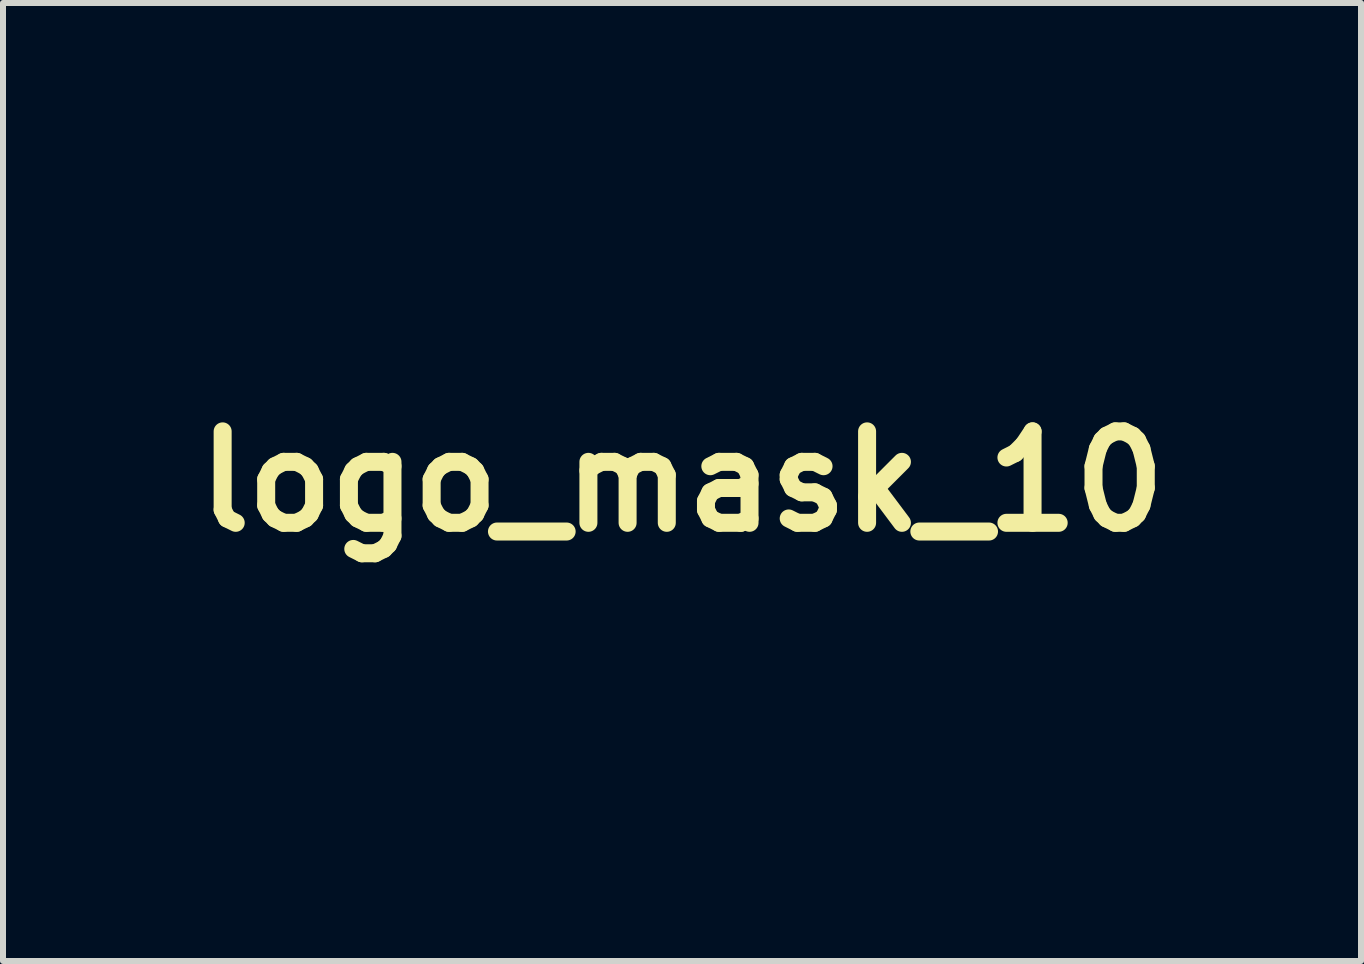
<source format=kicad_pcb>
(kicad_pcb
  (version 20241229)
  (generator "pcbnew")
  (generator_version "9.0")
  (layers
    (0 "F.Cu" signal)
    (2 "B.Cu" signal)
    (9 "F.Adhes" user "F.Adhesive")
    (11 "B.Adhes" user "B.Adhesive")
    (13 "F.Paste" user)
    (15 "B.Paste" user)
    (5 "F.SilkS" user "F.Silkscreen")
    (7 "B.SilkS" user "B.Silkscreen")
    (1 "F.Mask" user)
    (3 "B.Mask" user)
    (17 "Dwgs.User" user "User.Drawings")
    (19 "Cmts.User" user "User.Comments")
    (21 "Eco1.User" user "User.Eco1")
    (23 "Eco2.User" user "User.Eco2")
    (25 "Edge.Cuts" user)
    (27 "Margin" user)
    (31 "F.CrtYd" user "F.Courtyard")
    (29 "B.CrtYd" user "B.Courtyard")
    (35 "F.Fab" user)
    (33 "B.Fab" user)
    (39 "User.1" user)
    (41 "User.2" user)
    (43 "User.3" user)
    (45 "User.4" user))
  (footprint "logo_mask_10"
    (layer "F.Cu")
    (at 8.317 4.974)
    (property "Reference" "logo_mask_10" (at 0 0 0) (layer "F.SilkS") (effects (font (size 1.524 1.524) (thickness 0.3))))
    (attr through_hole)
    (fp_poly (pts (xy 0.412 -4.281) (xy 0.498 -4.231) (xy 0.543 -4.179) (xy 0.58 -4.122) (xy 1.838 -4.122) (xy 2.78 -3.18) (xy 3.721 -2.239) (xy 3.721 -1.878) (xy 3.721 -1.743) (xy 3.723 -1.646) (xy 3.726 -1.579) (xy 3.733 -1.537) (xy 3.742 -1.512) (xy 3.756 -1.498) (xy 3.765 -1.493) (xy 3.823 -1.439) (xy 3.861 -1.357) (xy 3.875 -1.261) (xy 3.863 -1.164) (xy 3.843 -1.113) (xy 3.784 -1.043) (xy 3.698 -0.998) (xy 3.598 -0.981) (xy 3.497 -0.995) (xy 3.448 -1.015) (xy 3.382 -1.073) (xy 3.34 -1.155) (xy 3.322 -1.249) (xy 3.325 -1.276) (xy 3.504 -1.276) (xy 3.507 -1.228) (xy 3.533 -1.194) (xy 3.582 -1.162) (xy 3.63 -1.172) (xy 3.666 -1.204) (xy 3.694 -1.248) (xy 3.685 -1.287) (xy 3.636 -1.341) (xy 3.585 -1.351) (xy 3.544 -1.327) (xy 3.504 -1.276) (xy 3.325 -1.276) (xy 3.33 -1.343) (xy 3.363 -1.427) (xy 3.421 -1.487) (xy 3.431 -1.493) (xy 3.45 -1.506) (xy 3.462 -1.527) (xy 3.47 -1.564) (xy 3.474 -1.625) (xy 3.476 -1.717) (xy 3.476 -1.811) (xy 3.476 -2.106) (xy 1.715 -3.866) (xy 1.145 -3.873) (xy 0.971 -3.875) (xy 0.835 -3.876) (xy 0.733 -3.876) (xy 0.659 -3.874) (xy 0.607 -3.87) (xy 0.573 -3.863) (xy 0.549 -3.854) (xy 0.532 -3.841) (xy 0.527 -3.837) (xy 0.424 -3.769) (xy 0.314 -3.742) (xy 0.202 -3.757) (xy 0.155 -3.777) (xy 0.084 -3.837) (xy 0.039 -3.922) (xy 0.024 -4.011) (xy 0.205 -4.011) (xy 0.233 -3.967) (xy 0.284 -3.927) (xy 0.332 -3.93) (xy 0.366 -3.956) (xy 0.398 -4.006) (xy 0.387 -4.054) (xy 0.355 -4.09) (xy 0.303 -4.115) (xy 0.253 -4.096) (xy 0.214 -4.049) (xy 0.205 -4.011) (xy 0.024 -4.011) (xy 0.022 -4.021) (xy 0.037 -4.119) (xy 0.059 -4.166) (xy 0.127 -4.241) (xy 0.216 -4.286) (xy 0.314 -4.3) (xy 0.412 -4.281)) (stroke (width 0.01) (type solid)) (fill yes) (layer "F.Mask"))
    (fp_poly (pts (xy -0.912 -4.037) (xy -0.832 -3.978) (xy -0.787 -3.928) (xy -0.765 -3.88) (xy -0.758 -3.816) (xy -0.758 -3.783) (xy -0.758 -3.662) (xy -0.527 -3.435) (xy -0.296 -3.208) (xy 1.66 -3.208) (xy 2.278 -2.59) (xy 2.896 -1.972) (xy 2.896 -0.766) (xy 2.964 -0.702) (xy 3.03 -0.614) (xy 3.058 -0.522) (xy 3.055 -0.43) (xy 3.024 -0.345) (xy 2.971 -0.275) (xy 2.898 -0.224) (xy 2.812 -0.2) (xy 2.717 -0.208) (xy 2.636 -0.244) (xy 2.56 -0.312) (xy 2.51 -0.4) (xy 2.495 -0.48) (xy 2.496 -0.481) (xy 2.683 -0.481) (xy 2.694 -0.45) (xy 2.717 -0.425) (xy 2.756 -0.389) (xy 2.785 -0.382) (xy 2.825 -0.398) (xy 2.831 -0.402) (xy 2.867 -0.441) (xy 2.872 -0.492) (xy 2.853 -0.54) (xy 2.814 -0.572) (xy 2.772 -0.576) (xy 2.732 -0.552) (xy 2.703 -0.52) (xy 2.683 -0.481) (xy 2.496 -0.481) (xy 2.508 -0.552) (xy 2.539 -0.628) (xy 2.58 -0.69) (xy 2.61 -0.715) (xy 2.623 -0.724) (xy 2.633 -0.74) (xy 2.64 -0.769) (xy 2.645 -0.815) (xy 2.648 -0.884) (xy 2.65 -0.982) (xy 2.651 -1.113) (xy 2.651 -1.283) (xy 2.651 -1.838) (xy 2.089 -2.401) (xy 1.526 -2.963) (xy -0.413 -2.963) (xy -0.68 -3.231) (xy -0.783 -3.333) (xy -0.862 -3.407) (xy -0.92 -3.456) (xy -0.963 -3.485) (xy -0.996 -3.497) (xy -1.009 -3.498) (xy -1.118 -3.517) (xy -1.207 -3.568) (xy -1.272 -3.644) (xy -1.307 -3.737) (xy -1.308 -3.765) (xy -1.123 -3.765) (xy -1.113 -3.742) (xy -1.074 -3.709) (xy -1.019 -3.704) (xy -0.968 -3.727) (xy -0.949 -3.749) (xy -0.939 -3.8) (xy -0.965 -3.844) (xy -1.02 -3.871) (xy -1.031 -3.873) (xy -1.088 -3.862) (xy -1.121 -3.822) (xy -1.123 -3.765) (xy -1.308 -3.765) (xy -1.308 -3.837) (xy -1.27 -3.938) (xy -1.269 -3.939) (xy -1.199 -4.017) (xy -1.109 -4.06) (xy -1.01 -4.067) (xy -0.912 -4.037)) (stroke (width 0.01) (type solid)) (fill yes) (layer "F.Mask"))
    (fp_poly (pts (xy 1.882 1.483) (xy 1.968 1.523) (xy 2.032 1.592) (xy 2.038 1.603) (xy 2.071 1.707) (xy 2.067 1.809) (xy 2.031 1.9) (xy 1.968 1.972) (xy 1.881 2.017) (xy 1.807 2.028) (xy 1.781 2.031) (xy 1.752 2.045) (xy 1.715 2.073) (xy 1.665 2.119) (xy 1.599 2.188) (xy 1.512 2.284) (xy 1.433 2.372) (xy 1.125 2.717) (xy 0.452 2.718) (xy 0.261 2.718) (xy 0.109 2.719) (xy -0.008 2.72) (xy -0.096 2.723) (xy -0.158 2.727) (xy -0.199 2.732) (xy -0.226 2.74) (xy -0.242 2.75) (xy -0.249 2.758) (xy -0.326 2.828) (xy -0.423 2.867) (xy -0.529 2.872) (xy -0.626 2.841) (xy -0.704 2.776) (xy -0.747 2.683) (xy -0.756 2.606) (xy -0.576 2.606) (xy -0.543 2.662) (xy -0.492 2.69) (xy -0.442 2.675) (xy -0.409 2.638) (xy -0.39 2.599) (xy -0.4 2.565) (xy -0.42 2.538) (xy -0.456 2.503) (xy -0.491 2.501) (xy -0.521 2.512) (xy -0.568 2.553) (xy -0.576 2.606) (xy -0.756 2.606) (xy -0.758 2.59) (xy -0.744 2.484) (xy -0.699 2.405) (xy -0.624 2.35) (xy -0.519 2.319) (xy -0.413 2.326) (xy -0.317 2.368) (xy -0.249 2.433) (xy -0.23 2.448) (xy -0.194 2.46) (xy -0.137 2.468) (xy -0.056 2.472) (xy 0.054 2.474) (xy 0.195 2.472) (xy 0.373 2.468) (xy 0.591 2.46) (xy 0.639 2.459) (xy 1.021 2.444) (xy 1.273 2.158) (xy 1.364 2.054) (xy 1.43 1.977) (xy 1.475 1.92) (xy 1.502 1.878) (xy 1.515 1.844) (xy 1.519 1.811) (xy 1.518 1.774) (xy 1.518 1.774) (xy 1.519 1.76) (xy 1.698 1.76) (xy 1.726 1.803) (xy 1.771 1.842) (xy 1.812 1.842) (xy 1.853 1.812) (xy 1.889 1.766) (xy 1.883 1.721) (xy 1.848 1.681) (xy 1.796 1.656) (xy 1.746 1.675) (xy 1.707 1.721) (xy 1.698 1.76) (xy 1.519 1.76) (xy 1.523 1.684) (xy 1.547 1.608) (xy 1.547 1.607) (xy 1.608 1.533) (xy 1.691 1.488) (xy 1.786 1.471) (xy 1.882 1.483)) (stroke (width 0.01) (type solid)) (fill yes) (layer "F.Mask"))
    (fp_poly (pts (xy 1.087 -1.531) (xy 1.359 -1.258) (xy 1.359 -0.434) (xy 1.086 -0.161) (xy 0.813 0.111) (xy 0.452 0.111) (xy 0.317 0.112) (xy 0.22 0.113) (xy 0.153 0.117) (xy 0.111 0.123) (xy 0.086 0.133) (xy 0.072 0.147) (xy 0.067 0.156) (xy 0.01 0.218) (xy -0.07 0.255) (xy -0.164 0.265) (xy -0.258 0.251) (xy -0.342 0.212) (xy -0.404 0.148) (xy -0.412 0.134) (xy -0.446 0.028) (xy -0.443 -0.028) (xy -0.261 -0.028) (xy -0.259 0.02) (xy -0.232 0.054) (xy -0.183 0.086) (xy -0.135 0.075) (xy -0.099 0.043) (xy -0.072 -0.001) (xy -0.08 -0.039) (xy -0.129 -0.093) (xy -0.18 -0.103) (xy -0.222 -0.079) (xy -0.261 -0.028) (xy -0.443 -0.028) (xy -0.441 -0.075) (xy -0.403 -0.166) (xy -0.335 -0.237) (xy -0.242 -0.28) (xy -0.165 -0.29) (xy -0.092 -0.278) (xy -0.016 -0.247) (xy 0.045 -0.205) (xy 0.075 -0.167) (xy 0.088 -0.153) (xy 0.118 -0.144) (xy 0.173 -0.138) (xy 0.259 -0.135) (xy 0.382 -0.134) (xy 0.396 -0.134) (xy 0.705 -0.134) (xy 1.114 -0.551) (xy 1.114 -1.148) (xy 0.701 -1.56) (xy -0.792 -1.56) (xy -0.998 -1.353) (xy -1.203 -1.147) (xy -1.203 1.126) (xy -0.997 1.332) (xy -0.79 1.537) (xy 0.703 1.537) (xy 1.003 1.235) (xy 1.003 1.106) (xy 1.004 1.074) (xy 1.183 1.074) (xy 1.195 1.132) (xy 1.218 1.162) (xy 1.257 1.196) (xy 1.292 1.196) (xy 1.336 1.159) (xy 1.338 1.157) (xy 1.369 1.12) (xy 1.368 1.089) (xy 1.353 1.062) (xy 1.303 1.015) (xy 1.248 1.008) (xy 1.213 1.026) (xy 1.183 1.074) (xy 1.004 1.074) (xy 1.005 1.028) (xy 1.018 0.977) (xy 1.047 0.933) (xy 1.078 0.9) (xy 1.135 0.851) (xy 1.188 0.829) (xy 1.258 0.824) (xy 1.375 0.839) (xy 1.462 0.886) (xy 1.523 0.966) (xy 1.526 0.971) (xy 1.554 1.076) (xy 1.545 1.178) (xy 1.502 1.267) (xy 1.431 1.335) (xy 1.334 1.372) (xy 1.321 1.375) (xy 1.279 1.384) (xy 1.238 1.403) (xy 1.19 1.437) (xy 1.128 1.492) (xy 1.045 1.573) (xy 1.022 1.596) (xy 0.814 1.805) (xy -0.903 1.805) (xy -1.176 1.531) (xy -1.448 1.258) (xy -1.448 -1.28) (xy -0.925 -1.805) (xy 0.814 -1.805) (xy 1.087 -1.531)) (stroke (width 0.01) (type solid)) (fill yes) (layer "F.Mask"))
    (fp_poly (pts (xy 0.48 -4.947) (xy 0.94 -4.883) (xy 1.386 -4.778) (xy 1.818 -4.633) (xy 2.233 -4.451) (xy 2.629 -4.231) (xy 3.002 -3.977) (xy 3.352 -3.689) (xy 3.675 -3.368) (xy 3.969 -3.017) (xy 4.233 -2.636) (xy 4.463 -2.228) (xy 4.479 -2.195) (xy 4.664 -1.77) (xy 4.808 -1.333) (xy 4.91 -0.886) (xy 4.971 -0.432) (xy 4.991 0.025) (xy 4.969 0.482) (xy 4.906 0.935) (xy 4.802 1.381) (xy 4.656 1.818) (xy 4.491 2.195) (xy 4.266 2.606) (xy 4.007 2.99) (xy 3.716 3.345) (xy 3.395 3.671) (xy 3.046 3.964) (xy 2.672 4.225) (xy 2.275 4.45) (xy 1.858 4.639) (xy 1.421 4.789) (xy 0.969 4.901) (xy 0.53 4.967) (xy 0.393 4.978) (xy 0.226 4.985) (xy 0.041 4.987) (xy -0.147 4.986) (xy -0.325 4.981) (xy -0.48 4.971) (xy -0.546 4.965) (xy -0.988 4.893) (xy -1.427 4.78) (xy -1.857 4.628) (xy -2.272 4.439) (xy -2.666 4.216) (xy -3.034 3.961) (xy -3.108 3.902) (xy -3.455 3.597) (xy -3.768 3.265) (xy -4.046 2.909) (xy -4.288 2.532) (xy -4.495 2.136) (xy -4.665 1.726) (xy -4.799 1.302) (xy -4.894 0.869) (xy -4.951 0.429) (xy -4.963 0.134) (xy -4.664 0.134) (xy -4.022 0.134) (xy -3.805 0.351) (xy -3.587 0.567) (xy -3.587 1.107) (xy -3.587 1.277) (xy -3.586 1.407) (xy -3.584 1.505) (xy -3.58 1.574) (xy -3.575 1.62) (xy -3.567 1.649) (xy -3.557 1.667) (xy -3.547 1.675) (xy -3.477 1.75) (xy -3.44 1.843) (xy -3.435 1.942) (xy -3.461 2.037) (xy -3.519 2.117) (xy -3.569 2.153) (xy -3.65 2.178) (xy -3.746 2.179) (xy -3.837 2.158) (xy -3.855 2.15) (xy -3.928 2.089) (xy -3.973 2.005) (xy -3.987 1.908) (xy -3.987 1.905) (xy -3.81 1.905) (xy -3.793 1.948) (xy -3.753 1.988) (xy -3.712 2.005) (xy -3.676 1.99) (xy -3.643 1.961) (xy -3.618 1.927) (xy -3.62 1.897) (xy -3.64 1.861) (xy -3.676 1.821) (xy -3.709 1.805) (xy -3.753 1.822) (xy -3.793 1.863) (xy -3.81 1.905) (xy -3.987 1.905) (xy -3.972 1.808) (xy -3.926 1.717) (xy -3.879 1.666) (xy -3.863 1.651) (xy -3.852 1.631) (xy -3.843 1.601) (xy -3.838 1.554) (xy -3.835 1.485) (xy -3.833 1.386) (xy -3.832 1.253) (xy -3.832 1.154) (xy -3.832 0.681) (xy -3.982 0.53) (xy -4.132 0.379) (xy -4.383 0.379) (xy -4.487 0.378) (xy -4.56 0.38) (xy -4.605 0.392) (xy -4.628 0.42) (xy -4.633 0.471) (xy -4.624 0.551) (xy -4.606 0.668) (xy -4.601 0.701) (xy -4.513 1.139) (xy -4.383 1.564) (xy -4.215 1.972) (xy -4.01 2.361) (xy -3.77 2.728) (xy -3.496 3.072) (xy -3.192 3.389) (xy -2.859 3.677) (xy -2.5 3.934) (xy -2.115 4.156) (xy -1.707 4.343) (xy -1.615 4.378) (xy -1.436 4.44) (xy -1.235 4.499) (xy -1.027 4.552) (xy -0.826 4.596) (xy -0.648 4.626) (xy -0.602 4.632) (xy -0.501 4.644) (xy -0.41 4.655) (xy -0.342 4.663) (xy -0.323 4.666) (xy -0.255 4.671) (xy -0.152 4.672) (xy -0.024 4.671) (xy 0.12 4.666) (xy 0.269 4.66) (xy 0.415 4.651) (xy 0.547 4.641) (xy 0.656 4.63) (xy 0.702 4.624) (xy 0.828 4.604) (xy 0.913 4.589) (xy 0.961 4.572) (xy 0.974 4.549) (xy 0.956 4.515) (xy 0.91 4.464) (xy 0.844 4.398) (xy 0.681 4.233) (xy -0.136 4.233) (xy -0.352 4.234) (xy -0.527 4.234) (xy -0.666 4.236) (xy -0.772 4.238) (xy -0.851 4.241) (xy -0.905 4.246) (xy -0.94 4.251) (xy -0.959 4.259) (xy -0.966 4.267) (xy -1.001 4.31) (xy -1.065 4.35) (xy -1.14 4.379) (xy -1.203 4.389) (xy -1.303 4.368) (xy -1.391 4.313) (xy -1.456 4.232) (xy -1.49 4.134) (xy -1.491 4.125) (xy -1.288 4.125) (xy -1.266 4.174) (xy -1.257 4.182) (xy -1.219 4.205) (xy -1.203 4.211) (xy -1.176 4.199) (xy -1.15 4.182) (xy -1.119 4.139) (xy -1.119 4.09) (xy -1.142 4.044) (xy -1.181 4.016) (xy -1.229 4.017) (xy -1.242 4.024) (xy -1.279 4.068) (xy -1.288 4.125) (xy -1.491 4.125) (xy -1.493 4.098) (xy -1.477 4.02) (xy -1.435 3.941) (xy -1.38 3.88) (xy -1.357 3.865) (xy -1.295 3.844) (xy -1.216 3.833) (xy -1.193 3.832) (xy -1.123 3.838) (xy -1.067 3.861) (xy -1.006 3.91) (xy -0.919 3.988) (xy 0.813 3.988) (xy 1.063 4.238) (xy 1.314 4.488) (xy 1.66 4.375) (xy 1.666 3.63) (xy 1.671 3.018) (xy 1.916 3.018) (xy 1.916 3.637) (xy 1.917 3.798) (xy 1.918 3.943) (xy 1.92 4.067) (xy 1.922 4.164) (xy 1.925 4.229) (xy 1.929 4.255) (xy 1.929 4.256) (xy 1.953 4.246) (xy 2.008 4.22) (xy 2.085 4.182) (xy 2.163 4.142) (xy 2.384 4.029) (xy 2.384 3.33) (xy 2.707 3.008) (xy 3.03 2.685) (xy 3.03 1.169) (xy 3.338 0.862) (xy 3.445 0.754) (xy 3.525 0.672) (xy 3.579 0.611) (xy 3.614 0.567) (xy 3.632 0.534) (xy 3.638 0.508) (xy 3.637 0.493) (xy 3.639 0.472) (xy 3.834 0.472) (xy 3.854 0.522) (xy 3.896 0.553) (xy 3.921 0.557) (xy 3.968 0.542) (xy 3.984 0.53) (xy 4.011 0.479) (xy 4.005 0.427) (xy 3.974 0.386) (xy 3.926 0.367) (xy 3.877 0.379) (xy 3.84 0.419) (xy 3.834 0.472) (xy 3.639 0.472) (xy 3.644 0.404) (xy 3.682 0.315) (xy 3.744 0.242) (xy 3.77 0.223) (xy 3.87 0.185) (xy 3.973 0.186) (xy 4.068 0.221) (xy 4.144 0.287) (xy 4.181 0.349) (xy 4.204 0.456) (xy 4.183 0.559) (xy 4.119 0.653) (xy 4.111 0.661) (xy 4.054 0.71) (xy 3.998 0.731) (xy 3.941 0.735) (xy 3.904 0.736) (xy 3.873 0.743) (xy 3.839 0.759) (xy 3.798 0.79) (xy 3.743 0.839) (xy 3.668 0.911) (xy 3.571 1.008) (xy 3.298 1.28) (xy 3.298 2.797) (xy 2.963 3.13) (xy 2.629 3.464) (xy 2.629 3.659) (xy 2.63 3.746) (xy 2.634 3.813) (xy 2.639 3.85) (xy 2.642 3.855) (xy 2.663 3.842) (xy 2.713 3.808) (xy 2.781 3.758) (xy 2.837 3.717) (xy 2.948 3.627) (xy 3.079 3.51) (xy 3.219 3.377) (xy 3.362 3.235) (xy 3.496 3.094) (xy 3.615 2.961) (xy 3.709 2.847) (xy 3.717 2.837) (xy 3.855 2.654) (xy 3.855 1.631) (xy 3.788 1.56) (xy 3.726 1.469) (xy 3.708 1.379) (xy 3.904 1.379) (xy 3.93 1.422) (xy 3.981 1.444) (xy 4.009 1.444) (xy 4.051 1.43) (xy 4.065 1.394) (xy 4.066 1.373) (xy 4.052 1.311) (xy 4.015 1.276) (xy 3.966 1.276) (xy 3.949 1.284) (xy 3.909 1.328) (xy 3.904 1.379) (xy 3.708 1.379) (xy 3.706 1.371) (xy 3.729 1.264) (xy 3.738 1.242) (xy 3.798 1.155) (xy 3.881 1.1) (xy 3.977 1.079) (xy 4.076 1.092) (xy 4.168 1.143) (xy 4.189 1.162) (xy 4.246 1.247) (xy 4.27 1.345) (xy 4.261 1.445) (xy 4.22 1.533) (xy 4.176 1.579) (xy 4.154 1.599) (xy 4.139 1.621) (xy 4.129 1.655) (xy 4.125 1.709) (xy 4.123 1.791) (xy 4.123 1.908) (xy 4.124 2.195) (xy 4.209 2.028) (xy 4.316 1.794) (xy 4.415 1.53) (xy 4.503 1.249) (xy 4.574 0.964) (xy 4.623 0.701) (xy 4.638 0.59) (xy 4.651 0.453) (xy 4.663 0.306) (xy 4.671 0.166) (xy 4.672 0.162) (xy 4.686 -0.156) (xy 3.776 -0.156) (xy 3.18 0.44) (xy 2.585 1.036) (xy 2.585 2.351) (xy 2.25 2.685) (xy 1.916 3.018) (xy 1.671 3.018) (xy 1.672 2.884) (xy 2.317 2.24) (xy 2.317 0.924) (xy 2.98 0.262) (xy 3.643 -0.401) (xy 4.137 -0.401) (xy 4.292 -0.402) (xy 4.425 -0.405) (xy 4.532 -0.409) (xy 4.606 -0.414) (xy 4.642 -0.42) (xy 4.645 -0.422) (xy 4.648 -0.456) (xy 4.643 -0.525) (xy 4.631 -0.621) (xy 4.612 -0.736) (xy 4.589 -0.861) (xy 4.563 -0.989) (xy 4.535 -1.11) (xy 4.525 -1.149) (xy 4.388 -1.583) (xy 4.213 -1.997) (xy 4.001 -2.389) (xy 3.754 -2.758) (xy 3.475 -3.101) (xy 3.165 -3.416) (xy 2.825 -3.7) (xy 2.46 -3.952) (xy 2.069 -4.169) (xy 1.656 -4.348) (xy 1.639 -4.355) (xy 1.293 -4.471) (xy 0.956 -4.555) (xy 0.615 -4.611) (xy 0.257 -4.639) (xy 0.011 -4.644) (xy -0.364 -4.632) (xy -0.715 -4.594) (xy -1.053 -4.529) (xy -1.392 -4.434) (xy -1.617 -4.355) (xy -1.713 -4.317) (xy -1.822 -4.27) (xy -1.935 -4.219) (xy -2.046 -4.167) (xy -2.147 -4.117) (xy -2.231 -4.074) (xy -2.29 -4.039) (xy -2.316 -4.018) (xy -2.317 -4.016) (xy -2.302 -3.997) (xy -2.258 -3.951) (xy -2.189 -3.879) (xy -2.097 -3.785) (xy -1.987 -3.672) (xy -1.86 -3.543) (xy -1.72 -3.402) (xy -1.576 -3.259) (xy -0.836 -2.518) (xy 1.17 -2.518) (xy 2.094 -1.593) (xy 2.094 0.006) (xy 2.172 0.092) (xy 2.232 0.184) (xy 2.254 0.278) (xy 2.244 0.368) (xy 2.205 0.448) (xy 2.145 0.513) (xy 2.069 0.557) (xy 1.982 0.574) (xy 1.889 0.56) (xy 1.796 0.508) (xy 1.779 0.494) (xy 1.724 0.418) (xy 1.699 0.325) (xy 1.699 0.312) (xy 1.885 0.312) (xy 1.895 0.336) (xy 1.934 0.369) (xy 1.988 0.373) (xy 2.04 0.35) (xy 2.059 0.329) (xy 2.069 0.278) (xy 2.043 0.233) (xy 1.988 0.207) (xy 1.977 0.205) (xy 1.92 0.216) (xy 1.887 0.256) (xy 1.885 0.312) (xy 1.699 0.312) (xy 1.702 0.227) (xy 1.734 0.138) (xy 1.793 0.07) (xy 1.805 0.061) (xy 1.817 0.052) (xy 1.827 0.038) (xy 1.834 0.015) (xy 1.84 -0.022) (xy 1.844 -0.078) (xy 1.847 -0.157) (xy 1.848 -0.264) (xy 1.849 -0.403) (xy 1.849 -0.58) (xy 1.849 -0.713) (xy 1.849 -1.46) (xy 1.454 -1.853) (xy 1.058 -2.245) (xy 0.045 -2.26) (xy -0.969 -2.274) (xy -1.771 -3.075) (xy -2.573 -3.875) (xy -2.752 -3.741) (xy -2.83 -3.682) (xy -2.895 -3.632) (xy -2.939 -3.597) (xy -2.951 -3.586) (xy -2.942 -3.564) (xy -2.902 -3.512) (xy -2.832 -3.433) (xy -2.734 -3.328) (xy -2.608 -3.197) (xy -2.492 -3.08) (xy -2.011 -2.596) (xy -1.997 -1.069) (xy -1.995 -0.788) (xy -1.992 -0.501) (xy -1.99 -0.215) (xy -1.988 0.065) (xy -1.986 0.331) (xy -1.985 0.579) (xy -1.984 0.801) (xy -1.983 0.992) (xy -1.983 1.145) (xy -1.983 1.159) (xy -1.983 1.861) (xy -1.788 2.056) (xy -1.703 2.139) (xy -1.641 2.195) (xy -1.595 2.228) (xy -1.557 2.245) (xy -1.521 2.25) (xy -1.515 2.25) (xy -1.413 2.271) (xy -1.327 2.325) (xy -1.265 2.405) (xy -1.234 2.501) (xy -1.237 2.581) (xy -1.264 2.651) (xy -1.314 2.722) (xy -1.325 2.733) (xy -1.378 2.78) (xy -1.429 2.801) (xy -1.499 2.807) (xy -1.511 2.807) (xy -1.595 2.801) (xy -1.656 2.776) (xy -1.69 2.751) (xy -1.749 2.681) (xy -1.788 2.597) (xy -1.792 2.571) (xy -1.598 2.571) (xy -1.569 2.613) (xy -1.515 2.629) (xy -1.468 2.614) (xy -1.453 2.602) (xy -1.426 2.553) (xy -1.429 2.503) (xy -1.456 2.462) (xy -1.498 2.442) (xy -1.545 2.452) (xy -1.562 2.464) (xy -1.596 2.517) (xy -1.598 2.571) (xy -1.792 2.571) (xy -1.8 2.514) (xy -1.796 2.488) (xy -1.797 2.462) (xy -1.812 2.428) (xy -1.847 2.382) (xy -1.906 2.318) (xy -1.993 2.229) (xy -2.003 2.219) (xy -2.222 2.001) (xy -2.238 0.939) (xy -2.254 -0.123) (xy -2.725 -0.596) (xy -3.197 -1.069) (xy -3.305 -1.069) (xy -3.379 -1.074) (xy -3.432 -1.096) (xy -3.486 -1.142) (xy -3.489 -1.145) (xy -3.536 -1.198) (xy -3.558 -1.247) (xy -3.565 -1.315) (xy -3.381 -1.315) (xy -3.363 -1.279) (xy -3.317 -1.253) (xy -3.263 -1.263) (xy -3.216 -1.306) (xy -3.215 -1.307) (xy -3.196 -1.346) (xy -3.206 -1.376) (xy -3.231 -1.404) (xy -3.268 -1.435) (xy -3.299 -1.435) (xy -3.327 -1.419) (xy -3.374 -1.37) (xy -3.381 -1.315) (xy -3.565 -1.315) (xy -3.565 -1.315) (xy -3.565 -1.335) (xy -3.55 -1.451) (xy -3.504 -1.536) (xy -3.429 -1.594) (xy -3.327 -1.625) (xy -3.227 -1.616) (xy -3.137 -1.575) (xy -3.065 -1.504) (xy -3.02 -1.411) (xy -3.008 -1.325) (xy -3.007 -1.296) (xy -3 -1.268) (xy -2.985 -1.237) (xy -2.958 -1.199) (xy -2.914 -1.148) (xy -2.85 -1.08) (xy -2.762 -0.991) (xy -2.647 -0.876) (xy -2.629 -0.858) (xy -2.25 -0.48) (xy -2.25 -2.462) (xy -3.176 -3.387) (xy -3.348 -3.214) (xy -3.52 -3.041) (xy -3.213 -2.734) (xy -3.096 -2.619) (xy -3.006 -2.534) (xy -2.94 -2.478) (xy -2.896 -2.447) (xy -2.87 -2.44) (xy -2.868 -2.441) (xy -2.809 -2.444) (xy -2.735 -2.42) (xy -2.663 -2.377) (xy -2.619 -2.336) (xy -2.576 -2.254) (xy -2.561 -2.153) (xy -2.577 -2.051) (xy -2.595 -2.007) (xy -2.644 -1.95) (xy -2.719 -1.902) (xy -2.799 -1.874) (xy -2.828 -1.872) (xy -2.931 -1.892) (xy -3.018 -1.948) (xy -3.083 -2.031) (xy -3.116 -2.133) (xy -3.118 -2.16) (xy -2.931 -2.16) (xy -2.918 -2.115) (xy -2.878 -2.081) (xy -2.822 -2.074) (xy -2.77 -2.096) (xy -2.767 -2.099) (xy -2.741 -2.149) (xy -2.75 -2.198) (xy -2.787 -2.234) (xy -2.842 -2.245) (xy -2.86 -2.242) (xy -2.914 -2.211) (xy -2.931 -2.16) (xy -3.118 -2.16) (xy -3.119 -2.172) (xy -3.121 -2.206) (xy -3.129 -2.237) (xy -3.148 -2.271) (xy -3.181 -2.315) (xy -3.234 -2.373) (xy -3.31 -2.452) (xy -3.401 -2.544) (xy -3.684 -2.826) (xy -3.759 -2.727) (xy -3.878 -2.558) (xy -4.001 -2.357) (xy -4.121 -2.137) (xy -4.232 -1.91) (xy -4.327 -1.688) (xy -4.355 -1.617) (xy -4.393 -1.508) (xy -4.433 -1.383) (xy -4.473 -1.253) (xy -4.508 -1.126) (xy -4.537 -1.012) (xy -4.558 -0.92) (xy -4.567 -0.859) (xy -4.567 -0.852) (xy -4.568 -0.802) (xy -3.638 -0.802) (xy -3.245 -0.432) (xy -2.852 -0.062) (xy -2.852 2.551) (xy -2.434 2.969) (xy -2.017 3.387) (xy 0.375 3.387) (xy 0.441 3.321) (xy 0.53 3.258) (xy 0.631 3.239) (xy 0.743 3.262) (xy 0.764 3.271) (xy 0.831 3.307) (xy 0.873 3.353) (xy 0.903 3.418) (xy 0.925 3.483) (xy 0.93 3.53) (xy 0.918 3.581) (xy 0.904 3.619) (xy 0.848 3.716) (xy 0.767 3.778) (xy 0.693 3.802) (xy 0.604 3.801) (xy 0.513 3.773) (xy 0.439 3.723) (xy 0.426 3.708) (xy 0.383 3.654) (xy -2.105 3.654) (xy -2.199 3.561) (xy 0.561 3.561) (xy 0.566 3.577) (xy 0.596 3.603) (xy 0.645 3.608) (xy 0.694 3.592) (xy 0.712 3.577) (xy 0.732 3.524) (xy 0.713 3.47) (xy 0.685 3.445) (xy 0.635 3.434) (xy 0.591 3.456) (xy 0.563 3.502) (xy 0.561 3.561) (xy -2.199 3.561) (xy -2.612 3.147) (xy -3.119 2.641) (xy -3.119 0.049) (xy -3.437 -0.254) (xy -3.754 -0.556) (xy -4.181 -0.557) (xy -4.331 -0.556) (xy -4.443 -0.555) (xy -4.522 -0.552) (xy -4.573 -0.546) (xy -4.604 -0.538) (xy -4.618 -0.527) (xy -4.621 -0.522) (xy -4.626 -0.488) (xy -4.633 -0.419) (xy -4.64 -0.324) (xy -4.647 -0.211) (xy -4.649 -0.177) (xy -4.664 0.134) (xy -4.963 0.134) (xy -4.969 -0.016) (xy -4.947 -0.462) (xy -4.885 -0.906) (xy -4.783 -1.347) (xy -4.638 -1.78) (xy -4.457 -2.195) (xy -4.23 -2.605) (xy -3.969 -2.988) (xy -3.677 -3.342) (xy -3.356 -3.665) (xy -3.008 -3.956) (xy -2.636 -4.213) (xy -2.243 -4.435) (xy -1.829 -4.62) (xy -1.398 -4.768) (xy -0.953 -4.876) (xy -0.494 -4.943) (xy -0.026 -4.968) (xy 0.011 -4.969) (xy 0.48 -4.947)) (stroke (width 0.01) (type solid)) (fill yes) (layer "F.Mask")))
  (gr_rect
    (start -3 -3)
    (end 19.633 12.966)
    (stroke (width 0.1) (type default))
    (fill no)
    (layer "Edge.Cuts")))
</source>
